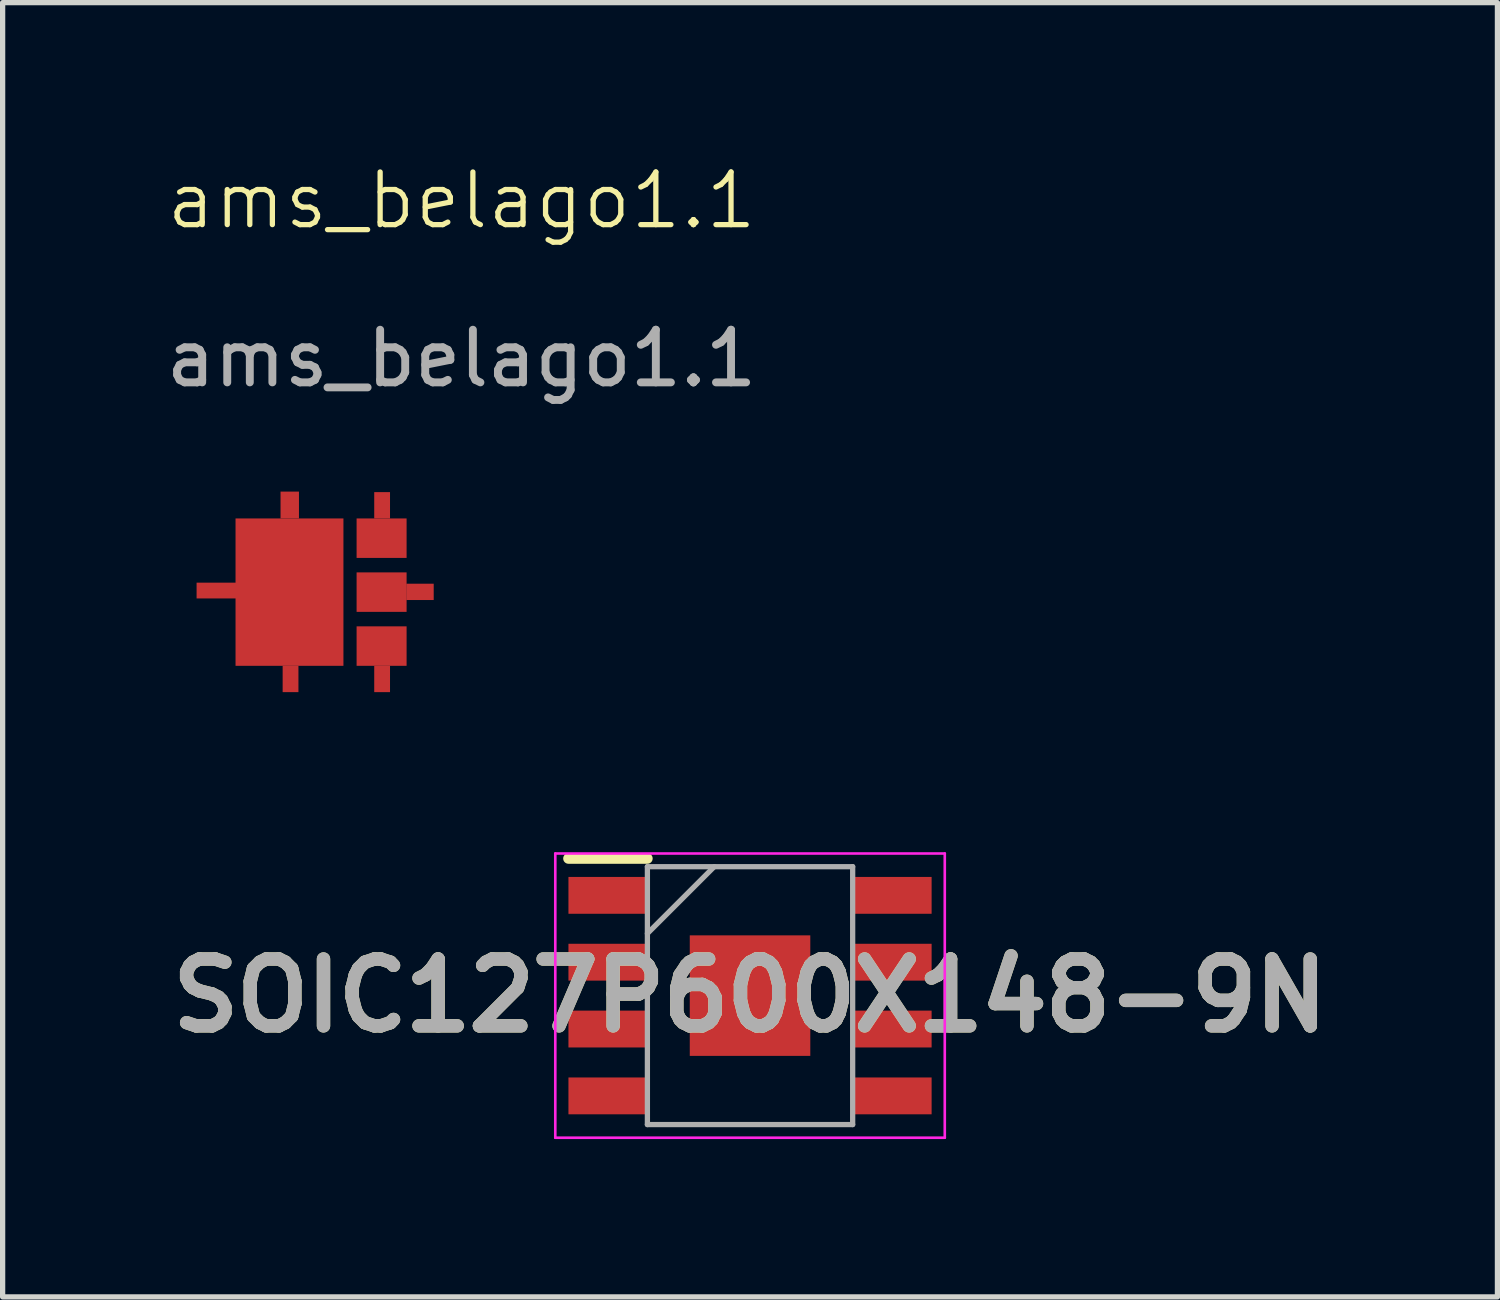
<source format=kicad_pcb>
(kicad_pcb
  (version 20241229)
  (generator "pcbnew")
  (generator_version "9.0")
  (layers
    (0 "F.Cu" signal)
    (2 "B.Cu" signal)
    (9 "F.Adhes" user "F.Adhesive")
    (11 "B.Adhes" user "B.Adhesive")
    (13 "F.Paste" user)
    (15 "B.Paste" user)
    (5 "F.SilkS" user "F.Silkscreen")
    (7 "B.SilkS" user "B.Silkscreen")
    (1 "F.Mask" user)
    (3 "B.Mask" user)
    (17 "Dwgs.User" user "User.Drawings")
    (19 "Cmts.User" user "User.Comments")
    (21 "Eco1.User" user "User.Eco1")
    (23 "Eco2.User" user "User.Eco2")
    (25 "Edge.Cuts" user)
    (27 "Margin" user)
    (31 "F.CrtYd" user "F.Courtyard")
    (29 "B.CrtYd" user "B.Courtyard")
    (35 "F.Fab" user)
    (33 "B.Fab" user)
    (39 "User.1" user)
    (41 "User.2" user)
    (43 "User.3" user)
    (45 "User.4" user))
  (footprint "SOIC127P600X148-9N"
    (layer "F.Cu")
    (at 11.2 15.866)
    (property "Reference" "SOIC127P600X148-9N" (at 0 0 0) (layer "F.SilkS") (effects (font (size 1.27 1.27) (thickness 0.254))))
    (attr smd)
    (fp_line (start -3.45 -2.605) (end -1.95 -2.605) (stroke (width 0.2) (type solid)) (layer "F.SilkS"))
    (fp_line (start -3.7 -2.7) (end 3.7 -2.7) (stroke (width 0.05) (type solid)) (layer "F.CrtYd"))
    (fp_line (start -3.7 2.7) (end -3.7 -2.7) (stroke (width 0.05) (type solid)) (layer "F.CrtYd"))
    (fp_line (start 3.7 -2.7) (end 3.7 2.7) (stroke (width 0.05) (type solid)) (layer "F.CrtYd"))
    (fp_line (start 3.7 2.7) (end -3.7 2.7) (stroke (width 0.05) (type solid)) (layer "F.CrtYd"))
    (fp_line (start -1.95 -2.45) (end 1.95 -2.45) (stroke (width 0.1) (type solid)) (layer "F.Fab"))
    (fp_line (start -1.95 -1.18) (end -0.68 -2.45) (stroke (width 0.1) (type solid)) (layer "F.Fab"))
    (fp_line (start -1.95 2.45) (end -1.95 -2.45) (stroke (width 0.1) (type solid)) (layer "F.Fab"))
    (fp_line (start 1.95 -2.45) (end 1.95 2.45) (stroke (width 0.1) (type solid)) (layer "F.Fab"))
    (fp_line (start 1.95 2.45) (end -1.95 2.45) (stroke (width 0.1) (type solid)) (layer "F.Fab"))
    (fp_text user "${REFERENCE}" (at 0 0 0) (layer "F.Fab") (effects (font (size 1.27 1.27) (thickness 0.254))))
    (pad "1" smd rect (at -2.7 -1.905 90) (size 0.7 1.5) (layers "F.Cu" "F.Mask" "F.Paste"))
    (pad "2" smd rect (at -2.7 -0.635 90) (size 0.7 1.5) (layers "F.Cu" "F.Mask" "F.Paste"))
    (pad "3" smd rect (at -2.7 0.635 90) (size 0.7 1.5) (layers "F.Cu" "F.Mask" "F.Paste"))
    (pad "4" smd rect (at -2.7 1.905 90) (size 0.7 1.5) (layers "F.Cu" "F.Mask" "F.Paste"))
    (pad "5" smd rect (at 2.7 1.905 90) (size 0.7 1.5) (layers "F.Cu" "F.Mask" "F.Paste"))
    (pad "6" smd rect (at 2.7 0.635 90) (size 0.7 1.5) (layers "F.Cu" "F.Mask" "F.Paste"))
    (pad "7" smd rect (at 2.7 -0.635 90) (size 0.7 1.5) (layers "F.Cu" "F.Mask" "F.Paste"))
    (pad "8" smd rect (at 2.7 -1.905 90) (size 0.7 1.5) (layers "F.Cu" "F.Mask" "F.Paste"))
    (pad "9" smd rect (at 0 0) (size 2.29 2.29) (layers "F.Cu" "F.Mask" "F.Paste")))
  (footprint "ams_belago1.1"
    (layer "F.Cu")
    (at 5.72 1.26)
    (property "Reference" "ams_belago1.1" (at 0 -0.5 0) (unlocked yes) (layer "F.SilkS") (effects (font (size 1 1) (thickness 0.1))))
    (attr smd)
    (fp_rect (start -1.995 5.54) (end -1.045 6.29) (stroke (width 0) (type solid)) (fill yes) (layer "F.Cu"))
    (fp_rect (start -1.995 7.59) (end -1.045 8.34) (stroke (width 0) (type solid)) (fill yes) (layer "F.Cu"))
    (fp_rect (start -1.66 5.04) (end -1.36 5.54) (stroke (width 0) (type solid)) (fill yes) (layer "F.Cu"))
    (fp_rect (start -1.66 8.34) (end -1.36 8.84) (stroke (width 0) (type solid)) (fill yes) (layer "F.Cu"))
    (fp_rect (start -4.79 6.75) (end -4.29 7.05) (stroke (width 0.1) (type solid)) (fill yes) (layer "F.Mask"))
    (fp_rect (start -4.29 5.53) (end -2.24 8.33) (stroke (width 0.1) (type solid)) (fill yes) (layer "F.Mask"))
    (fp_rect (start -3.39 5.03) (end -3.09 5.53) (stroke (width 0.1) (type solid)) (fill yes) (layer "F.Mask"))
    (fp_rect (start -3.39 8.33) (end -3.09 8.83) (stroke (width 0.1) (type solid)) (fill yes) (layer "F.Mask"))
    (fp_rect (start -1.995 5.53) (end -1.045 6.28) (stroke (width 0.1) (type solid)) (fill yes) (layer "F.Mask"))
    (fp_rect (start -1.995 6.555) (end -1.045 7.305) (stroke (width 0.1) (type solid)) (fill yes) (layer "F.Mask"))
    (fp_rect (start -1.995 7.58) (end -1.045 8.33) (stroke (width 0.1) (type solid)) (fill yes) (layer "F.Mask"))
    (fp_rect (start -1.66 5.03) (end -1.36 5.53) (stroke (width 0.1) (type solid)) (fill yes) (layer "F.Mask"))
    (fp_rect (start -1.66 8.33) (end -1.36 8.83) (stroke (width 0.1) (type solid)) (fill yes) (layer "F.Mask"))
    (fp_rect (start -1.05 6.78) (end -0.55 7.08) (stroke (width 0.1) (type solid)) (fill yes) (layer "F.Mask"))
    (fp_text user "${REFERENCE}" (at 0 2.5 0) (unlocked yes) (layer "F.Fab") (effects (font (size 1 1) (thickness 0.15))))
    (pad "1" smd rect (at -4.66 6.91) (size 0.75 0.3) (layers "F.Cu" "F.Mask" "F.Paste"))
    (pad "1" smd rect (at -3.27 6.94) (size 2.05 2.8) (layers "F.Cu" "F.Mask" "F.Paste"))
    (pad "1" smd rect (at -3.265 5.285) (size 0.35 0.51) (layers "F.Cu" "F.Mask" "F.Paste"))
    (pad "1" smd rect (at -3.25 8.59) (size 0.3 0.5) (layers "F.Cu" "F.Mask" "F.Paste"))
    (pad "2" smd rect (at -1.52 6.94) (size 0.95 0.75) (layers "F.Cu" "F.Mask" "F.Paste"))
    (pad "2" smd rect (at -0.79 6.935) (size 0.52 0.31) (layers "F.Cu" "F.Mask" "F.Paste")))
  (gr_rect
    (start -3 -3)
    (end 25.4 21.59)
    (stroke (width 0.1) (type default))
    (fill no)
    (layer "Edge.Cuts")))
</source>
